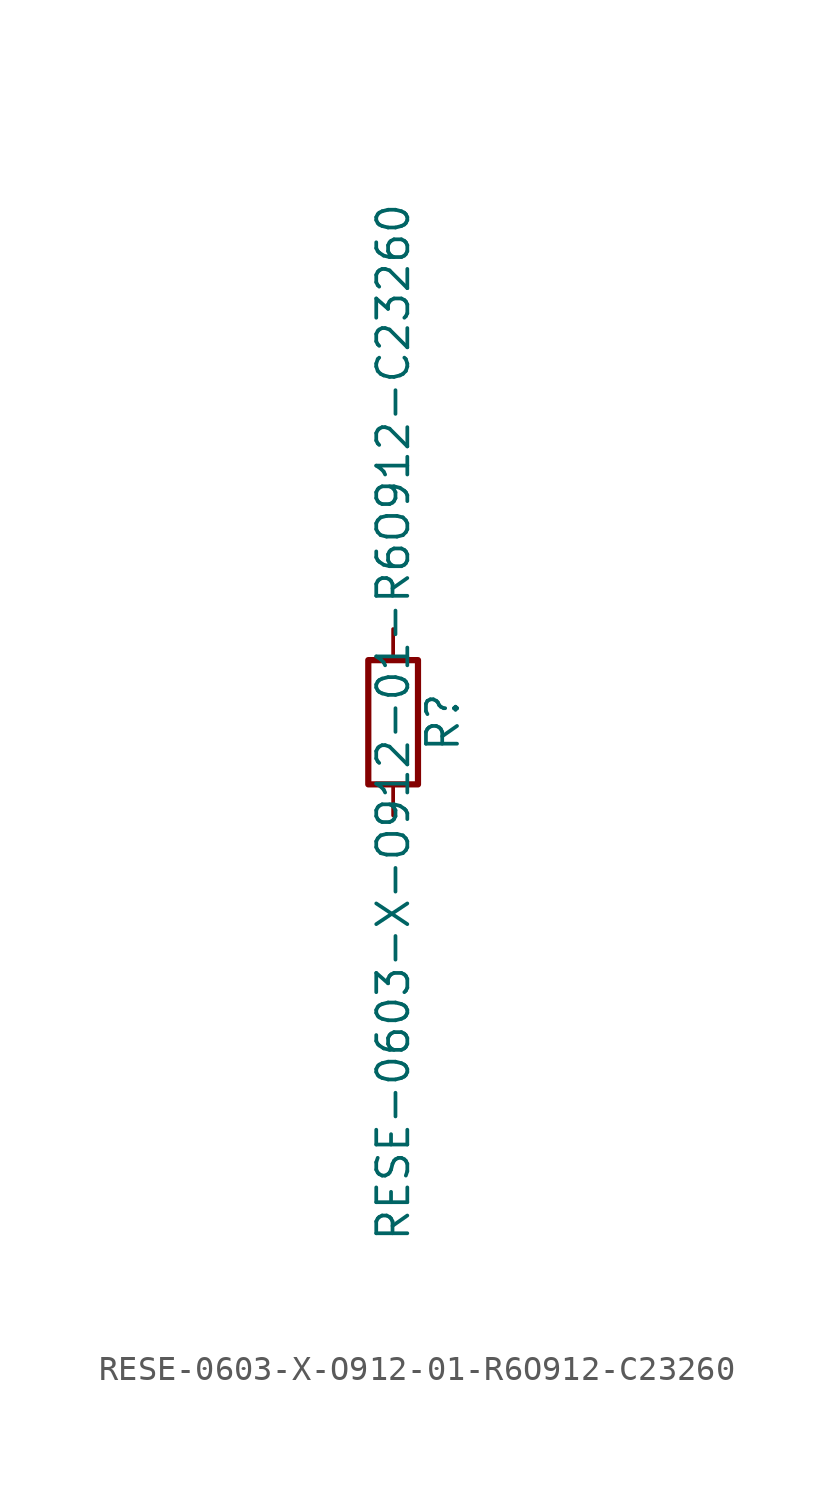
<source format=kicad_sym>
(kicad_symbol_lib
  (version 20211014)
  (generator kicad_symbol_editor)
  (symbol "RESE-0603-X-O912-01-R6O912-C23260"
    (pin_numbers hide)
    (pin_names
      (offset 0))
    (property "Reference" "R"
      (at 2.032 0 90)
      (effects (font (size 1.27 1.27))))
    (property "Value" "RESE-0603-X-O912-01-R6O912-C23260"
      (at 0 0 90)
      (effects (font (size 1.27 1.27))))
    (symbol "RESE-0603-X-O912-01-R6O912-C23260_0_1"
      (rectangle (start -1.016 -2.54) (end 1.016 2.54) (stroke (width 0.254) (type default) (color 0 0 0 0)) (fill (type none))))
    (symbol "RESE-0603-X-O912-01-R6O912-C23260_1_1"
      (pin passive line (at 0 3.81 270) (length 1.27) (name "~" (effects (font (size 1.27 1.27)))) (number "1" (effects (font (size 1.27 1.27)))))
      (pin passive line (at 0 -3.81 90) (length 1.27) (name "~" (effects (font (size 1.27 1.27)))) (number "2" (effects (font (size 1.27 1.27))))))))
</source>
